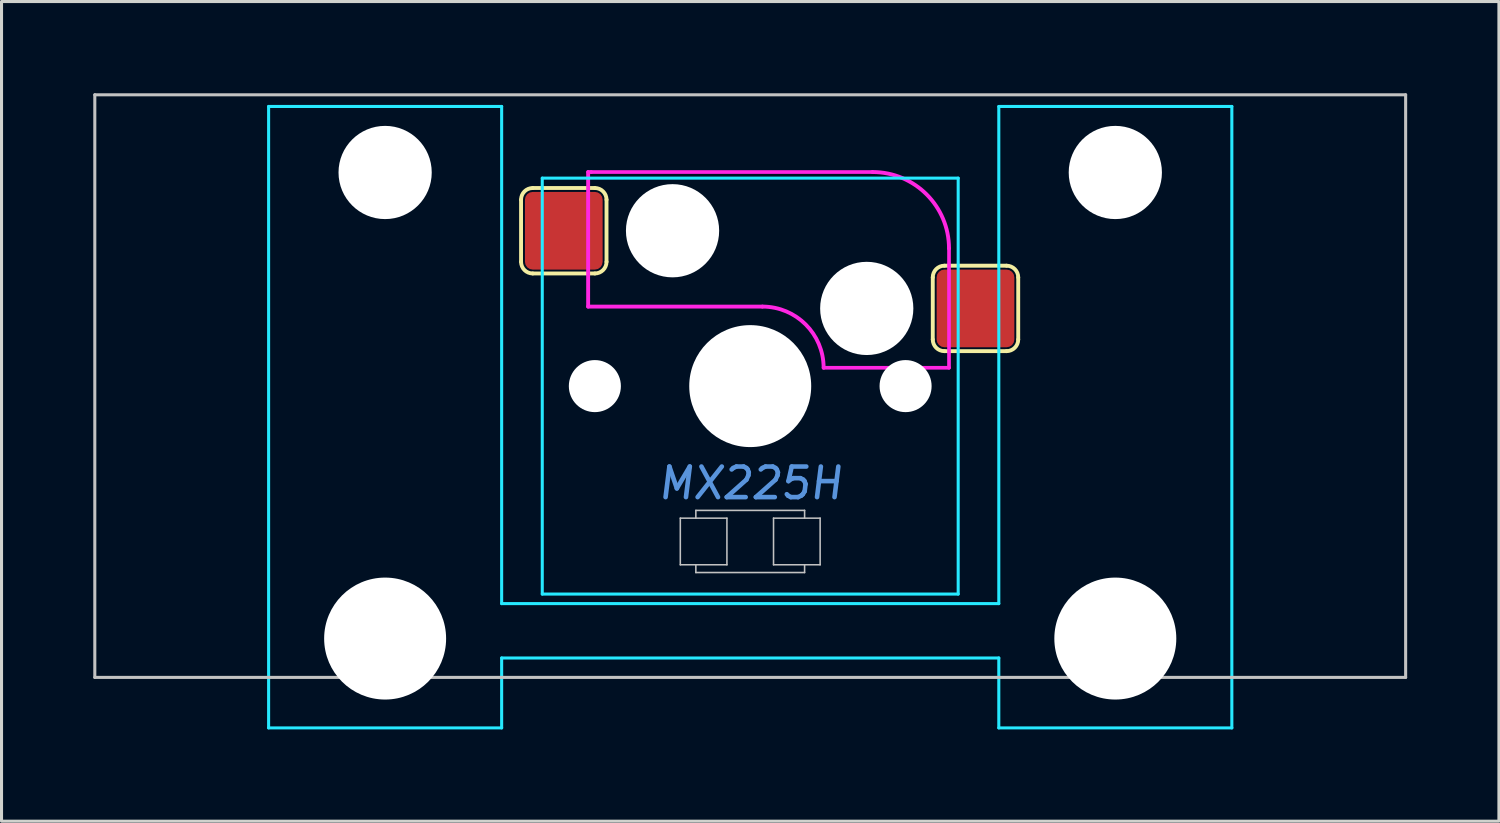
<source format=kicad_pcb>
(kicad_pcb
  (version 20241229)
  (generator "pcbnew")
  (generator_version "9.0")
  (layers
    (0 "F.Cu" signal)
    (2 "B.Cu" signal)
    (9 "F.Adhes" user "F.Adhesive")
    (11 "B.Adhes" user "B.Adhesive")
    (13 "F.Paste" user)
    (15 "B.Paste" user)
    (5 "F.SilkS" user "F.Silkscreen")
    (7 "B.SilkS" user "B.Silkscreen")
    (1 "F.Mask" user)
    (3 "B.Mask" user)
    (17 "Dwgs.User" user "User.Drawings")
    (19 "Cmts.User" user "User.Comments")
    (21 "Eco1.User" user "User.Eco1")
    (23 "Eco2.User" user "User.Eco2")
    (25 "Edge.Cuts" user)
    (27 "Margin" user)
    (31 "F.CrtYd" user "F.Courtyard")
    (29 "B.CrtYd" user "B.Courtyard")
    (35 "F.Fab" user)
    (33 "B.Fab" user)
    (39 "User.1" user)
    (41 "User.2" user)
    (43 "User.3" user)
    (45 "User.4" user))
  (footprint "MX225H"
    (layer "F.Cu")
    (at 21.481 9.575)
    (property "Reference" "MX225H" (at 0 3.175 0) (layer "Cmts.User") (effects (font (size 1 1) (thickness 0.15) (italic yes))))
    (attr smd)
    (fp_line (start -7.493 -6.096) (end -7.493 -4.064) (stroke (width 0.127) (type solid)) (layer "F.SilkS"))
    (fp_line (start -7.112 -3.683) (end -5.08 -3.683) (stroke (width 0.127) (type solid)) (layer "F.SilkS"))
    (fp_line (start -5.08 -6.477) (end -7.112 -6.477) (stroke (width 0.127) (type solid)) (layer "F.SilkS"))
    (fp_line (start -4.699 -4.064) (end -4.699 -6.096) (stroke (width 0.127) (type solid)) (layer "F.SilkS"))
    (fp_line (start 5.969 -3.556) (end 5.969 -1.524) (stroke (width 0.127) (type solid)) (layer "F.SilkS"))
    (fp_line (start 6.35 -1.143) (end 8.382 -1.143) (stroke (width 0.127) (type solid)) (layer "F.SilkS"))
    (fp_line (start 8.382 -3.937) (end 6.35 -3.937) (stroke (width 0.127) (type solid)) (layer "F.SilkS"))
    (fp_line (start 8.763 -1.524) (end 8.763 -3.556) (stroke (width 0.127) (type solid)) (layer "F.SilkS"))
    (fp_arc (start -7.493 -6.096) (mid -7.381408 -6.365408) (end -7.112 -6.477) (stroke (width 0.127) (type solid)) (layer "F.SilkS"))
    (fp_arc (start -7.112 -3.683) (mid -7.381408 -3.794592) (end -7.493 -4.064) (stroke (width 0.127) (type solid)) (layer "F.SilkS"))
    (fp_arc (start -5.08 -6.477) (mid -4.810592 -6.365408) (end -4.699 -6.096) (stroke (width 0.127) (type solid)) (layer "F.SilkS"))
    (fp_arc (start -4.699 -4.064) (mid -4.810592 -3.794592) (end -5.08 -3.683) (stroke (width 0.127) (type solid)) (layer "F.SilkS"))
    (fp_arc (start 5.969 -3.556) (mid 6.080592 -3.825408) (end 6.35 -3.937) (stroke (width 0.127) (type solid)) (layer "F.SilkS"))
    (fp_arc (start 6.35 -1.143) (mid 6.080592 -1.254592) (end 5.969 -1.524) (stroke (width 0.127) (type solid)) (layer "F.SilkS"))
    (fp_arc (start 8.382 -3.937) (mid 8.651408 -3.825408) (end 8.763 -3.556) (stroke (width 0.127) (type solid)) (layer "F.SilkS"))
    (fp_arc (start 8.763 -1.524) (mid 8.651408 -1.254592) (end 8.382 -1.143) (stroke (width 0.127) (type solid)) (layer "F.SilkS"))
    (fp_line (start -21.431 -9.525) (end -21.431 9.525) (stroke (width 0.1) (type solid)) (layer "Dwgs.User"))
    (fp_line (start -21.431 -9.525) (end 21.431 -9.525) (stroke (width 0.1) (type solid)) (layer "Dwgs.User"))
    (fp_line (start -21.431 9.525) (end 21.431 9.525) (stroke (width 0.1) (type solid)) (layer "Dwgs.User"))
    (fp_line (start -2.286 4.318) (end -0.762 4.318) (stroke (width 0.051) (type solid)) (layer "Dwgs.User"))
    (fp_line (start -2.286 5.842) (end -2.286 4.318) (stroke (width 0.051) (type solid)) (layer "Dwgs.User"))
    (fp_line (start -1.778 4.064) (end 1.778 4.064) (stroke (width 0.051) (type solid)) (layer "Dwgs.User"))
    (fp_line (start -1.778 4.318) (end -1.778 4.064) (stroke (width 0.051) (type solid)) (layer "Dwgs.User"))
    (fp_line (start -1.778 6.096) (end -1.778 5.842) (stroke (width 0.051) (type solid)) (layer "Dwgs.User"))
    (fp_line (start -0.762 4.318) (end -0.762 5.842) (stroke (width 0.051) (type solid)) (layer "Dwgs.User"))
    (fp_line (start -0.762 5.842) (end -2.286 5.842) (stroke (width 0.051) (type solid)) (layer "Dwgs.User"))
    (fp_line (start 0.762 4.318) (end 2.286 4.318) (stroke (width 0.051) (type solid)) (layer "Dwgs.User"))
    (fp_line (start 0.762 5.842) (end 0.762 4.318) (stroke (width 0.051) (type solid)) (layer "Dwgs.User"))
    (fp_line (start 1.778 4.064) (end 1.778 4.318) (stroke (width 0.051) (type solid)) (layer "Dwgs.User"))
    (fp_line (start 1.778 5.842) (end 1.778 6.096) (stroke (width 0.051) (type solid)) (layer "Dwgs.User"))
    (fp_line (start 1.778 6.096) (end -1.778 6.096) (stroke (width 0.051) (type solid)) (layer "Dwgs.User"))
    (fp_line (start 2.286 4.318) (end 2.286 5.842) (stroke (width 0.051) (type solid)) (layer "Dwgs.User"))
    (fp_line (start 2.286 5.842) (end 0.762 5.842) (stroke (width 0.051) (type solid)) (layer "Dwgs.User"))
    (fp_line (start 21.431 -9.525) (end 21.431 9.525) (stroke (width 0.1) (type solid)) (layer "Dwgs.User"))
    (fp_line (start -17.17 -0.889) (end -17.17 -2.921) (stroke (width 0.1) (type solid)) (layer "Eco1.User"))
    (fp_line (start -16.789 -3.302) (end -16.535 -3.302) (stroke (width 0.1) (type solid)) (layer "Eco1.User"))
    (fp_line (start -16.535 -0.508) (end -16.789 -0.508) (stroke (width 0.1) (type solid)) (layer "Eco1.User"))
    (fp_line (start -16.154 -3.683) (end -16.154 -5.309) (stroke (width 0.1) (type solid)) (layer "Eco1.User"))
    (fp_line (start -16.154 6.223) (end -16.154 -0.127) (stroke (width 0.1) (type solid)) (layer "Eco1.User"))
    (fp_line (start -15.773 -5.69) (end -9.881 -5.69) (stroke (width 0.1) (type solid)) (layer "Eco1.User"))
    (fp_line (start -14.732 6.604) (end -15.773 6.604) (stroke (width 0.1) (type solid)) (layer "Eco1.User"))
    (fp_line (start -14.351 7.391) (end -14.351 6.985) (stroke (width 0.1) (type solid)) (layer "Eco1.User"))
    (fp_line (start -11.684 7.772) (end -13.97 7.772) (stroke (width 0.1) (type solid)) (layer "Eco1.User"))
    (fp_line (start -11.303 6.985) (end -11.303 7.391) (stroke (width 0.1) (type solid)) (layer "Eco1.User"))
    (fp_line (start -9.881 6.604) (end -10.922 6.604) (stroke (width 0.1) (type solid)) (layer "Eco1.User"))
    (fp_line (start -9.5 -5.309) (end -9.5 -5.258) (stroke (width 0.1) (type solid)) (layer "Eco1.User"))
    (fp_line (start -9.5 6.198) (end -9.5 6.223) (stroke (width 0.1) (type solid)) (layer "Eco1.User"))
    (fp_line (start -9.119 -4.877) (end -7.366 -4.877) (stroke (width 0.1) (type solid)) (layer "Eco1.User"))
    (fp_line (start -7.366 5.817) (end -9.119 5.817) (stroke (width 0.1) (type solid)) (layer "Eco1.User"))
    (fp_line (start -6.985 -5.258) (end -6.985 -6.604) (stroke (width 0.1) (type solid)) (layer "Eco1.User"))
    (fp_line (start -6.985 6.604) (end -6.985 6.197) (stroke (width 0.1) (type solid)) (layer "Eco1.User"))
    (fp_line (start -6.604 -6.985) (end 6.604 -6.985) (stroke (width 0.1) (type solid)) (layer "Eco1.User"))
    (fp_line (start 0 -2.159) (end 0 2.159) (stroke (width 0.1) (type solid)) (layer "Eco1.User"))
    (fp_line (start 2.159 0) (end -2.159 0) (stroke (width 0.1) (type solid)) (layer "Eco1.User"))
    (fp_line (start 6.604 6.985) (end -6.604 6.985) (stroke (width 0.1) (type solid)) (layer "Eco1.User"))
    (fp_line (start 6.985 -5.258) (end 6.985 -6.604) (stroke (width 0.1) (type solid)) (layer "Eco1.User"))
    (fp_line (start 6.985 6.604) (end 6.985 6.197) (stroke (width 0.1) (type solid)) (layer "Eco1.User"))
    (fp_line (start 7.366 5.817) (end 9.119 5.817) (stroke (width 0.1) (type solid)) (layer "Eco1.User"))
    (fp_line (start 9.119 -4.877) (end 7.366 -4.877) (stroke (width 0.1) (type solid)) (layer "Eco1.User"))
    (fp_line (start 9.5 -5.309) (end 9.5 -5.258) (stroke (width 0.1) (type solid)) (layer "Eco1.User"))
    (fp_line (start 9.5 6.198) (end 9.5 6.223) (stroke (width 0.1) (type solid)) (layer "Eco1.User"))
    (fp_line (start 9.881 6.604) (end 10.922 6.604) (stroke (width 0.1) (type solid)) (layer "Eco1.User"))
    (fp_line (start 11.303 6.985) (end 11.303 7.391) (stroke (width 0.1) (type solid)) (layer "Eco1.User"))
    (fp_line (start 11.684 7.772) (end 13.97 7.772) (stroke (width 0.1) (type solid)) (layer "Eco1.User"))
    (fp_line (start 14.351 7.391) (end 14.351 6.985) (stroke (width 0.1) (type solid)) (layer "Eco1.User"))
    (fp_line (start 14.732 6.604) (end 15.773 6.604) (stroke (width 0.1) (type solid)) (layer "Eco1.User"))
    (fp_line (start 15.773 -5.69) (end 9.881 -5.69) (stroke (width 0.1) (type solid)) (layer "Eco1.User"))
    (fp_line (start 16.154 -3.683) (end 16.154 -5.309) (stroke (width 0.1) (type solid)) (layer "Eco1.User"))
    (fp_line (start 16.154 6.223) (end 16.154 -0.127) (stroke (width 0.1) (type solid)) (layer "Eco1.User"))
    (fp_line (start 16.535 -0.508) (end 16.789 -0.508) (stroke (width 0.1) (type solid)) (layer "Eco1.User"))
    (fp_line (start 16.789 -3.302) (end 16.535 -3.302) (stroke (width 0.1) (type solid)) (layer "Eco1.User"))
    (fp_line (start 17.17 -0.889) (end 17.17 -2.921) (stroke (width 0.1) (type solid)) (layer "Eco1.User"))
    (fp_arc (start -17.1704 -2.921) (mid -17.058808 -3.190408) (end -16.7894 -3.302) (stroke (width 0.1) (type solid)) (layer "Eco1.User"))
    (fp_arc (start -16.7894 -0.508) (mid -17.058808 -0.619592) (end -17.1704 -0.889) (stroke (width 0.1) (type solid)) (layer "Eco1.User"))
    (fp_arc (start -16.5354 -0.508) (mid -16.265992 -0.396408) (end -16.1544 -0.127) (stroke (width 0.1) (type solid)) (layer "Eco1.User"))
    (fp_arc (start -16.1544 -5.3086) (mid -16.042808 -5.578008) (end -15.7734 -5.6896) (stroke (width 0.1) (type solid)) (layer "Eco1.User"))
    (fp_arc (start -16.1544 -3.683) (mid -16.265992 -3.413592) (end -16.5354 -3.302) (stroke (width 0.1) (type solid)) (layer "Eco1.User"))
    (fp_arc (start -15.7734 6.604) (mid -16.042808 6.492408) (end -16.1544 6.223) (stroke (width 0.1) (type solid)) (layer "Eco1.User"))
    (fp_arc (start -14.732 6.604) (mid -14.462592 6.715592) (end -14.351 6.985) (stroke (width 0.1) (type solid)) (layer "Eco1.User"))
    (fp_arc (start -13.97 7.7724) (mid -14.239408 7.660808) (end -14.351 7.3914) (stroke (width 0.1) (type solid)) (layer "Eco1.User"))
    (fp_arc (start -11.303 6.985) (mid -11.191408 6.715592) (end -10.922 6.604) (stroke (width 0.1) (type solid)) (layer "Eco1.User"))
    (fp_arc (start -11.303 7.3914) (mid -11.414592 7.660808) (end -11.684 7.7724) (stroke (width 0.1) (type solid)) (layer "Eco1.User"))
    (fp_arc (start -9.8806 -5.6896) (mid -9.611192 -5.578008) (end -9.4996 -5.3086) (stroke (width 0.1) (type solid)) (layer "Eco1.User"))
    (fp_arc (start -9.4996 6.1976) (mid -9.388008 5.928192) (end -9.1186 5.8166) (stroke (width 0.1) (type solid)) (layer "Eco1.User"))
    (fp_arc (start -9.4996 6.223) (mid -9.611192 6.492408) (end -9.8806 6.604) (stroke (width 0.1) (type solid)) (layer "Eco1.User"))
    (fp_arc (start -9.1186 -4.8768) (mid -9.388008 -4.988392) (end -9.4996 -5.2578) (stroke (width 0.1) (type solid)) (layer "Eco1.User"))
    (fp_arc (start -7.366 5.8166) (mid -7.096592 5.928192) (end -6.985 6.1976) (stroke (width 0.1) (type solid)) (layer "Eco1.User"))
    (fp_arc (start -6.985 -6.604) (mid -6.873408 -6.873408) (end -6.604 -6.985) (stroke (width 0.1) (type solid)) (layer "Eco1.User"))
    (fp_arc (start -6.985 -5.2578) (mid -7.096592 -4.988392) (end -7.366 -4.8768) (stroke (width 0.1) (type solid)) (layer "Eco1.User"))
    (fp_arc (start -6.604 6.985) (mid -6.873408 6.873408) (end -6.985 6.604) (stroke (width 0.1) (type solid)) (layer "Eco1.User"))
    (fp_arc (start 6.604 -6.985) (mid 6.873408 -6.873408) (end 6.985 -6.604) (stroke (width 0.1) (type solid)) (layer "Eco1.User"))
    (fp_arc (start 6.985 6.1976) (mid 7.096592 5.928192) (end 7.366 5.8166) (stroke (width 0.1) (type solid)) (layer "Eco1.User"))
    (fp_arc (start 6.985 6.604) (mid 6.873408 6.873408) (end 6.604 6.985) (stroke (width 0.1) (type solid)) (layer "Eco1.User"))
    (fp_arc (start 7.366 -4.8768) (mid 7.096592 -4.988392) (end 6.985 -5.2578) (stroke (width 0.1) (type solid)) (layer "Eco1.User"))
    (fp_arc (start 9.1186 5.8166) (mid 9.388008 5.928192) (end 9.4996 6.1976) (stroke (width 0.1) (type solid)) (layer "Eco1.User"))
    (fp_arc (start 9.4996 -5.3086) (mid 9.611192 -5.578008) (end 9.8806 -5.6896) (stroke (width 0.1) (type solid)) (layer "Eco1.User"))
    (fp_arc (start 9.4996 -5.2578) (mid 9.388008 -4.988392) (end 9.1186 -4.8768) (stroke (width 0.1) (type solid)) (layer "Eco1.User"))
    (fp_arc (start 9.8806 6.604) (mid 9.611192 6.492408) (end 9.4996 6.223) (stroke (width 0.1) (type solid)) (layer "Eco1.User"))
    (fp_arc (start 10.922 6.604) (mid 11.191408 6.715592) (end 11.303 6.985) (stroke (width 0.1) (type solid)) (layer "Eco1.User"))
    (fp_arc (start 11.684 7.7724) (mid 11.414592 7.660808) (end 11.303 7.3914) (stroke (width 0.1) (type solid)) (layer "Eco1.User"))
    (fp_arc (start 14.351 6.985) (mid 14.462592 6.715592) (end 14.732 6.604) (stroke (width 0.1) (type solid)) (layer "Eco1.User"))
    (fp_arc (start 14.351 7.3914) (mid 14.239408 7.660808) (end 13.97 7.7724) (stroke (width 0.1) (type solid)) (layer "Eco1.User"))
    (fp_arc (start 15.7734 -5.6896) (mid 16.042808 -5.578008) (end 16.1544 -5.3086) (stroke (width 0.1) (type solid)) (layer "Eco1.User"))
    (fp_arc (start 16.1544 -0.127) (mid 16.265992 -0.396408) (end 16.5354 -0.508) (stroke (width 0.1) (type solid)) (layer "Eco1.User"))
    (fp_arc (start 16.1544 6.223) (mid 16.042808 6.492408) (end 15.7734 6.604) (stroke (width 0.1) (type solid)) (layer "Eco1.User"))
    (fp_arc (start 16.5354 -3.302) (mid 16.265992 -3.413592) (end 16.1544 -3.683) (stroke (width 0.1) (type solid)) (layer "Eco1.User"))
    (fp_arc (start 16.7894 -3.302) (mid 17.058808 -3.190408) (end 17.1704 -2.921) (stroke (width 0.1) (type solid)) (layer "Eco1.User"))
    (fp_arc (start 17.1704 -0.889) (mid 17.058808 -0.619592) (end 16.7894 -0.508) (stroke (width 0.1) (type solid)) (layer "Eco1.User"))
    (fp_circle (center 0 0) (end 1.994 0) (stroke (width 0.1) (type solid)) (fill no) (layer "Eco1.User"))
    (fp_line (start -15.748 -9.144) (end -15.748 11.176) (stroke (width 0.1) (type solid)) (layer "B.CrtYd"))
    (fp_line (start -15.748 11.176) (end -8.128 11.176) (stroke (width 0.1) (type solid)) (layer "B.CrtYd"))
    (fp_line (start -8.128 -9.144) (end -15.748 -9.144) (stroke (width 0.1) (type solid)) (layer "B.CrtYd"))
    (fp_line (start -8.128 7.112) (end -8.128 -9.144) (stroke (width 0.1) (type solid)) (layer "B.CrtYd"))
    (fp_line (start -8.128 7.112) (end 8.128 7.112) (stroke (width 0.1) (type solid)) (layer "B.CrtYd"))
    (fp_line (start -8.128 8.89) (end -8.128 11.176) (stroke (width 0.1) (type solid)) (layer "B.CrtYd"))
    (fp_line (start -8.128 8.89) (end 8.128 8.89) (stroke (width 0.1) (type solid)) (layer "B.CrtYd"))
    (fp_line (start -6.8 -6.8) (end -6.8 6.8) (stroke (width 0.1) (type solid)) (layer "B.CrtYd"))
    (fp_line (start 6.8 -6.8) (end -6.8 -6.8) (stroke (width 0.1) (type solid)) (layer "B.CrtYd"))
    (fp_line (start 6.8 -6.8) (end 6.8 6.8) (stroke (width 0.1) (type solid)) (layer "B.CrtYd"))
    (fp_line (start 6.8 6.8) (end -6.8 6.8) (stroke (width 0.1) (type solid)) (layer "B.CrtYd"))
    (fp_line (start 8.128 -9.144) (end 15.748 -9.144) (stroke (width 0.1) (type solid)) (layer "B.CrtYd"))
    (fp_line (start 8.128 7.112) (end 8.128 -9.142) (stroke (width 0.1) (type solid)) (layer "B.CrtYd"))
    (fp_line (start 8.128 8.89) (end 8.128 11.176) (stroke (width 0.1) (type solid)) (layer "B.CrtYd"))
    (fp_line (start 15.748 11.176) (end 8.128 11.176) (stroke (width 0.1) (type solid)) (layer "B.CrtYd"))
    (fp_line (start 15.748 11.176) (end 15.748 -9.144) (stroke (width 0.1) (type solid)) (layer "B.CrtYd"))
    (fp_line (start -5.3 -7) (end -5.3 -2.6) (stroke (width 0.127) (type solid)) (layer "F.CrtYd"))
    (fp_line (start -5.2 -7) (end -5.3 -7) (stroke (width 0.12) (type solid)) (layer "F.CrtYd"))
    (fp_line (start 0.4 -2.6) (end -5.3 -2.6) (stroke (width 0.127) (type solid)) (layer "F.CrtYd"))
    (fp_line (start 4 -7) (end -5.2 -7) (stroke (width 0.12) (type solid)) (layer "F.CrtYd"))
    (fp_line (start 6.5 -4.5) (end 6.5 -0.6) (stroke (width 0.12) (type solid)) (layer "F.CrtYd"))
    (fp_line (start 6.5 -0.6) (end 2.4 -0.6) (stroke (width 0.12) (type solid)) (layer "F.CrtYd"))
    (fp_arc (start 0.4 -2.6) (mid 1.814214 -2.014214) (end 2.4 -0.6) (stroke (width 0.127) (type solid)) (layer "F.CrtYd"))
    (fp_arc (start 4 -7) (mid 5.767767 -6.267767) (end 6.5 -4.5) (stroke (width 0.127) (type solid)) (layer "F.CrtYd"))
    (pad "" np_thru_hole circle (at -11.938 -6.985) (size 3.048 3.048) (drill 3.048) (layers "*.Cu" "*.Mask"))
    (pad "" np_thru_hole circle (at -11.938 8.255) (size 3.988 3.988) (drill 3.988) (layers "*.Cu" "*.Mask"))
    (pad "" np_thru_hole circle (at -5.08 0) (size 1.702 1.702) (drill 1.702) (layers "*.Cu" "*.Mask"))
    (pad "" np_thru_hole circle (at -2.54 -5.08) (size 3.048 3.048) (drill 3.048) (layers "*.Cu" "*.Mask"))
    (pad "" np_thru_hole circle (at 0 0) (size 3.988 3.988) (drill 3.988) (layers "*.Cu" "*.Mask"))
    (pad "" np_thru_hole circle (at 3.81 -2.54) (size 3.048 3.048) (drill 3.048) (layers "*.Cu" "*.Mask"))
    (pad "" np_thru_hole circle (at 5.08 0) (size 1.702 1.702) (drill 1.702) (layers "*.Cu" "*.Mask"))
    (pad "" np_thru_hole circle (at 11.938 -6.985) (size 3.048 3.048) (drill 3.048) (layers "*.Cu" "*.Mask"))
    (pad "" np_thru_hole circle (at 11.938 8.255) (size 3.988 3.988) (drill 3.988) (layers "*.Cu" "*.Mask"))
    (pad "1" smd roundrect (at -6.096 -5.08) (size 2.54 2.54) (layers "F.Cu" "F.Mask") (roundrect_rratio 0.1))
    (pad "2" smd roundrect (at 7.366 -2.54) (size 2.54 2.54) (layers "F.Cu" "F.Mask") (roundrect_rratio 0.1)))
  (gr_rect
    (start -3 -3)
    (end 45.962 23.801)
    (stroke (width 0.1) (type default))
    (fill no)
    (layer "Edge.Cuts")))
</source>
